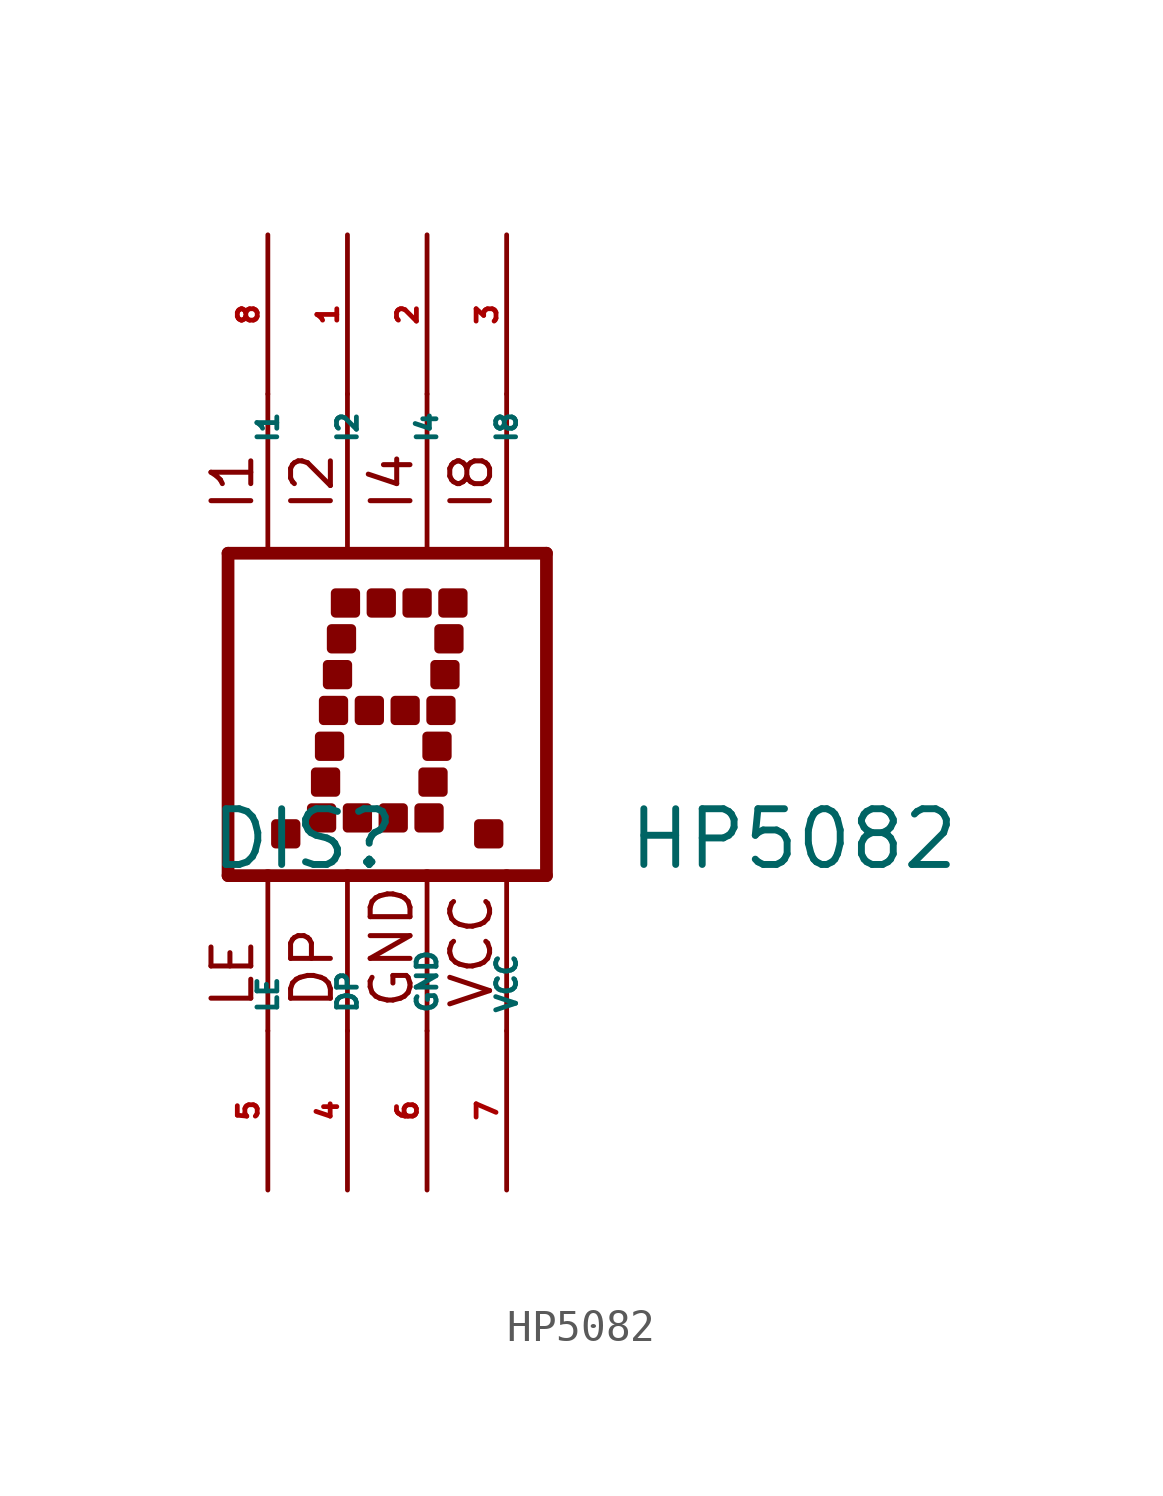
<source format=kicad_sym>
(kicad_symbol_lib
  (version 20220914)
  (generator Eagle2Kicad)
  (symbol "HP5082"
    (property "Reference" "DIS"
      (at -6.985 -5.08 0)
      (effects (font (size 1.778 1.778) (thickness 0.22)) (justify left bottom)))
    (property "Value" "HP5082"
      (at 6.35 -5.08 0)
      (effects (font (size 1.778 1.778) (thickness 0.22)) (justify left bottom)))
    (polyline
      (pts (xy -6.35 -5.207) (xy -5.08 -5.207))
      (stroke (width 0.406) (type default))
      (fill (type none)))
    (polyline
      (pts (xy -6.35 5.08) (xy 3.81 5.08))
      (stroke (width 0.406) (type default))
      (fill (type none)))
    (polyline
      (pts (xy -6.35 -5.207) (xy -6.35 5.08))
      (stroke (width 0.406) (type default))
      (fill (type none)))
    (polyline
      (pts (xy 3.81 5.08) (xy 3.81 -5.207))
      (stroke (width 0.406) (type default))
      (fill (type none)))
    (polyline
      (pts (xy -5.08 -10.16) (xy -5.08 -5.207))
      (stroke (width 0.152) (type default))
      (fill (type none)))
    (polyline
      (pts (xy -5.08 5.207) (xy -5.08 10.16))
      (stroke (width 0.152) (type default))
      (fill (type none)))
    (polyline
      (pts (xy -5.08 -5.207) (xy -2.54 -5.207))
      (stroke (width 0.406) (type default))
      (fill (type none)))
    (polyline
      (pts (xy -2.54 -10.16) (xy -2.54 -5.207))
      (stroke (width 0.152) (type default))
      (fill (type none)))
    (polyline
      (pts (xy -2.54 -5.207) (xy 0 -5.207))
      (stroke (width 0.406) (type default))
      (fill (type none)))
    (polyline
      (pts (xy 0 -10.16) (xy 0 -5.207))
      (stroke (width 0.152) (type default))
      (fill (type none)))
    (polyline
      (pts (xy 0 -5.207) (xy 2.54 -5.207))
      (stroke (width 0.406) (type default))
      (fill (type none)))
    (polyline
      (pts (xy 2.54 -10.16) (xy 2.54 -5.207))
      (stroke (width 0.152) (type default))
      (fill (type none)))
    (polyline
      (pts (xy 2.54 -5.207) (xy 3.81 -5.207))
      (stroke (width 0.406) (type default))
      (fill (type none)))
    (polyline
      (pts (xy -2.54 5.207) (xy -2.54 10.16))
      (stroke (width 0.152) (type default))
      (fill (type none)))
    (polyline
      (pts (xy 0 5.207) (xy 0 10.16))
      (stroke (width 0.152) (type default))
      (fill (type none)))
    (polyline
      (pts (xy 2.54 5.207) (xy 2.54 10.16))
      (stroke (width 0.152) (type default))
      (fill (type none)))
    (text "LE"
      (at -5.461 -9.525 900)
      (effects (font (size 1.27 1.27) (thickness 0.16)) (justify left bottom)))
    (text "I1"
      (at -5.461 6.35 900)
      (effects (font (size 1.27 1.27) (thickness 0.16)) (justify left bottom)))
    (text "I2"
      (at -2.921 6.35 900)
      (effects (font (size 1.27 1.27) (thickness 0.16)) (justify left bottom)))
    (text "I4"
      (at -0.381 6.35 900)
      (effects (font (size 1.27 1.27) (thickness 0.16)) (justify left bottom)))
    (text "I8"
      (at 2.159 6.35 900)
      (effects (font (size 1.27 1.27) (thickness 0.16)) (justify left bottom)))
    (text "DP"
      (at -2.921 -9.525 900)
      (effects (font (size 1.27 1.27) (thickness 0.16)) (justify left bottom)))
    (text "GND"
      (at -0.381 -9.525 900)
      (effects (font (size 1.27 1.27) (thickness 0.16)) (justify left bottom)))
    (text "VCC"
      (at 2.159 -9.525 900)
      (effects (font (size 1.27 1.27) (thickness 0.16)) (justify left bottom)))
    (rectangle
      (start -2.921 3.175)
      (end -2.286 3.81)
      (stroke (width 0.3) (type default))
      (fill (type outline)))
    (rectangle
      (start -1.778 3.175)
      (end -1.143 3.81)
      (stroke (width 0.3) (type default))
      (fill (type outline)))
    (rectangle
      (start -0.635 3.175)
      (end 0 3.81)
      (stroke (width 0.3) (type default))
      (fill (type outline)))
    (rectangle
      (start 0.508 3.175)
      (end 1.143 3.81)
      (stroke (width 0.3) (type default))
      (fill (type outline)))
    (rectangle
      (start -3.048 2.032)
      (end -2.413 2.667)
      (stroke (width 0.3) (type default))
      (fill (type outline)))
    (rectangle
      (start -3.175 0.889)
      (end -2.54 1.524)
      (stroke (width 0.3) (type default))
      (fill (type outline)))
    (rectangle
      (start -3.302 -0.254)
      (end -2.667 0.381)
      (stroke (width 0.3) (type default))
      (fill (type outline)))
    (rectangle
      (start -3.429 -1.397)
      (end -2.794 -0.762)
      (stroke (width 0.3) (type default))
      (fill (type outline)))
    (rectangle
      (start -3.556 -2.54)
      (end -2.921 -1.905)
      (stroke (width 0.3) (type default))
      (fill (type outline)))
    (rectangle
      (start -2.159 -0.254)
      (end -1.524 0.381)
      (stroke (width 0.3) (type default))
      (fill (type outline)))
    (rectangle
      (start -3.683 -3.683)
      (end -3.048 -3.048)
      (stroke (width 0.3) (type default))
      (fill (type outline)))
    (rectangle
      (start -1.016 -0.254)
      (end -0.381 0.381)
      (stroke (width 0.3) (type default))
      (fill (type outline)))
    (rectangle
      (start 0.127 -0.254)
      (end 0.762 0.381)
      (stroke (width 0.3) (type default))
      (fill (type outline)))
    (rectangle
      (start 0.381 2.032)
      (end 1.016 2.667)
      (stroke (width 0.3) (type default))
      (fill (type outline)))
    (rectangle
      (start 0.254 0.889)
      (end 0.889 1.524)
      (stroke (width 0.3) (type default))
      (fill (type outline)))
    (rectangle
      (start 0 -1.397)
      (end 0.635 -0.762)
      (stroke (width 0.3) (type default))
      (fill (type outline)))
    (rectangle
      (start -0.127 -2.54)
      (end 0.508 -1.905)
      (stroke (width 0.3) (type default))
      (fill (type outline)))
    (rectangle
      (start -0.254 -3.683)
      (end 0.381 -3.048)
      (stroke (width 0.3) (type default))
      (fill (type outline)))
    (rectangle
      (start -2.54 -3.683)
      (end -1.905 -3.048)
      (stroke (width 0.3) (type default))
      (fill (type outline)))
    (rectangle
      (start -1.397 -3.683)
      (end -0.762 -3.048)
      (stroke (width 0.3) (type default))
      (fill (type outline)))
    (rectangle
      (start 1.651 -4.191)
      (end 2.286 -3.556)
      (stroke (width 0.3) (type default))
      (fill (type outline)))
    (rectangle
      (start -4.826 -4.191)
      (end -4.191 -3.556)
      (stroke (width 0.3) (type default))
      (fill (type outline)))
    (pin input line
      (at -5.08 15.24 270)
      (length 5.08)
      (name "I1" (effects (font (size 0.635 0.635) (thickness 0.08)) (justify left bottom)))
      (number "8" (effects (font (size 0.635 0.635) (thickness 0.08)) (justify left bottom))))
    (pin input line
      (at -2.54 15.24 270)
      (length 5.08)
      (name "I2" (effects (font (size 0.635 0.635) (thickness 0.08)) (justify left bottom)))
      (number "1" (effects (font (size 0.635 0.635) (thickness 0.08)) (justify left bottom))))
    (pin input line
      (at 0 15.24 270)
      (length 5.08)
      (name "I4" (effects (font (size 0.635 0.635) (thickness 0.08)) (justify left bottom)))
      (number "2" (effects (font (size 0.635 0.635) (thickness 0.08)) (justify left bottom))))
    (pin input line
      (at 2.54 15.24 270)
      (length 5.08)
      (name "I8" (effects (font (size 0.635 0.635) (thickness 0.08)) (justify left bottom)))
      (number "3" (effects (font (size 0.635 0.635) (thickness 0.08)) (justify left bottom))))
    (pin input line
      (at -5.08 -15.24 90)
      (length 5.08)
      (name "LE" (effects (font (size 0.635 0.635) (thickness 0.08)) (justify left bottom)))
      (number "5" (effects (font (size 0.635 0.635) (thickness 0.08)) (justify left bottom))))
    (pin input line
      (at -2.54 -15.24 90)
      (length 5.08)
      (name "DP" (effects (font (size 0.635 0.635) (thickness 0.08)) (justify left bottom)))
      (number "4" (effects (font (size 0.635 0.635) (thickness 0.08)) (justify left bottom))))
    (pin unspecified line
      (at 0 -15.24 90)
      (length 5.08)
      (name "GND" (effects (font (size 0.635 0.635) (thickness 0.08)) (justify left bottom)))
      (number "6" (effects (font (size 0.635 0.635) (thickness 0.08)) (justify left bottom))))
    (pin unspecified line
      (at 2.54 -15.24 90)
      (length 5.08)
      (name "VCC" (effects (font (size 0.635 0.635) (thickness 0.08)) (justify left bottom)))
      (number "7" (effects (font (size 0.635 0.635) (thickness 0.08)) (justify left bottom))))))
</source>
